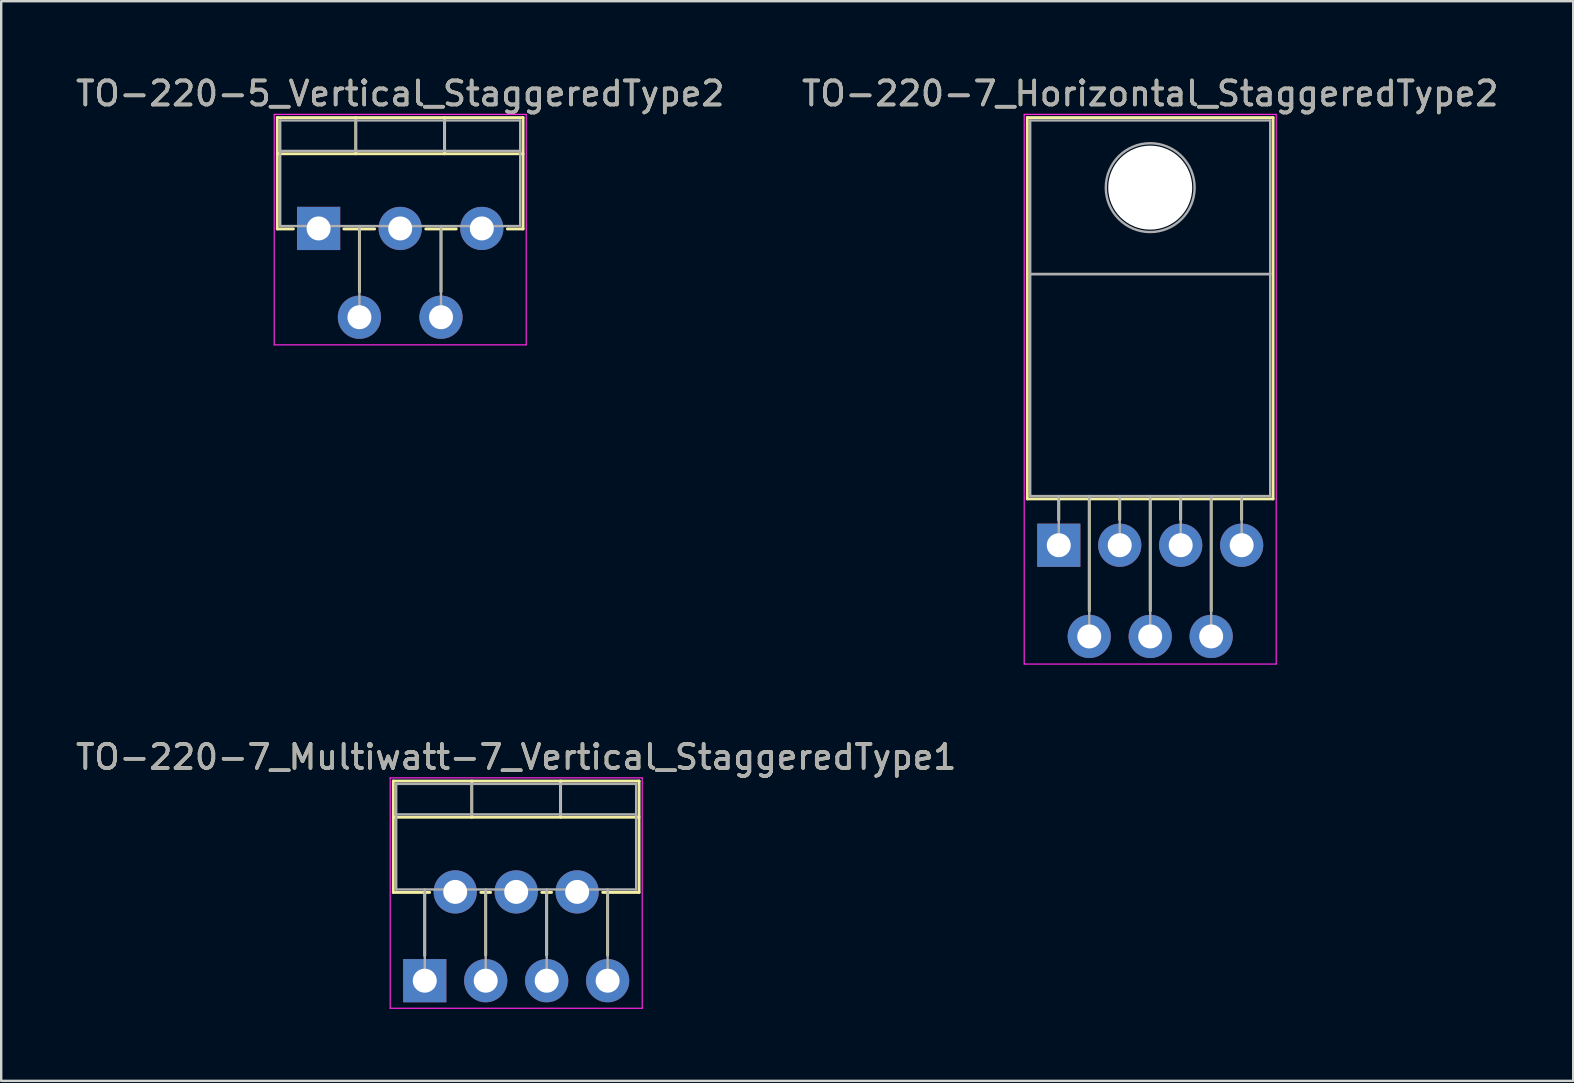
<source format=kicad_pcb>
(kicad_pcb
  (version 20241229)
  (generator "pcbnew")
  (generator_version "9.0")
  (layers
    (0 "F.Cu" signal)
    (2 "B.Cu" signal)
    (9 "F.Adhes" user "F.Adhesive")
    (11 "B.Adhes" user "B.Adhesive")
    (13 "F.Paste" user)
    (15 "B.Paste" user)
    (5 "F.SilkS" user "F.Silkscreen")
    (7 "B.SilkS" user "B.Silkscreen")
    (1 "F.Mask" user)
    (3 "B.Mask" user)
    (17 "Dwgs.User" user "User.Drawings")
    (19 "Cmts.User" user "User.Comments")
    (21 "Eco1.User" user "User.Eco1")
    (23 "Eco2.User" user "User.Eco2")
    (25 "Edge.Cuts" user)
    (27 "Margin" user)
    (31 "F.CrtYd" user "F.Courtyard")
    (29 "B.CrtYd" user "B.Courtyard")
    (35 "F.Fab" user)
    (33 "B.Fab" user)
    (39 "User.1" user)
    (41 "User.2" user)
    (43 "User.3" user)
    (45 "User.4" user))
  (footprint "TO-220-5_Vertical_StaggeredType2"
    (layer "F.Cu")
    (at 10.225 6.468)
    (property "Reference" "TO-220-5_Vertical_StaggeredType2" (at 3.4 -5.62 0) (layer "F.SilkS") (effects (font (size 1 1) (thickness 0.15))))
    (attr through_hole)
    (fp_line (start -1.721 -4.62) (end -1.721 0.021) (stroke (width 0.12) (type solid)) (layer "F.SilkS"))
    (fp_line (start -1.721 -4.62) (end 8.52 -4.62) (stroke (width 0.12) (type solid)) (layer "F.SilkS"))
    (fp_line (start -1.721 -3.111) (end 8.52 -3.111) (stroke (width 0.12) (type solid)) (layer "F.SilkS"))
    (fp_line (start -1.721 0.021) (end -1.05 0.021) (stroke (width 0.12) (type solid)) (layer "F.SilkS"))
    (fp_line (start 1.05 0.021) (end 2.335 0.021) (stroke (width 0.12) (type solid)) (layer "F.SilkS"))
    (fp_line (start 1.55 -4.62) (end 1.55 -3.111) (stroke (width 0.12) (type solid)) (layer "F.SilkS"))
    (fp_line (start 1.7 0.021) (end 1.7 2.635) (stroke (width 0.12) (type solid)) (layer "F.SilkS"))
    (fp_line (start 4.465 0.021) (end 5.735 0.021) (stroke (width 0.12) (type solid)) (layer "F.SilkS"))
    (fp_line (start 5.1 0.021) (end 5.1 2.635) (stroke (width 0.12) (type solid)) (layer "F.SilkS"))
    (fp_line (start 5.25 -4.62) (end 5.25 -3.111) (stroke (width 0.12) (type solid)) (layer "F.SilkS"))
    (fp_line (start 7.865 0.021) (end 8.52 0.021) (stroke (width 0.12) (type solid)) (layer "F.SilkS"))
    (fp_line (start 8.52 -4.62) (end 8.52 0.021) (stroke (width 0.12) (type solid)) (layer "F.SilkS"))
    (fp_line (start -1.85 -4.75) (end -1.85 4.85) (stroke (width 0.05) (type solid)) (layer "F.CrtYd"))
    (fp_line (start -1.85 4.85) (end 8.65 4.85) (stroke (width 0.05) (type solid)) (layer "F.CrtYd"))
    (fp_line (start 8.65 -4.75) (end -1.85 -4.75) (stroke (width 0.05) (type solid)) (layer "F.CrtYd"))
    (fp_line (start 8.65 4.85) (end 8.65 -4.75) (stroke (width 0.05) (type solid)) (layer "F.CrtYd"))
    (fp_line (start -1.6 -4.5) (end -1.6 -0.1) (stroke (width 0.1) (type solid)) (layer "F.Fab"))
    (fp_line (start -1.6 -3.23) (end 8.4 -3.23) (stroke (width 0.1) (type solid)) (layer "F.Fab"))
    (fp_line (start -1.6 -0.1) (end 8.4 -0.1) (stroke (width 0.1) (type solid)) (layer "F.Fab"))
    (fp_line (start 0 -0.1) (end 0 0) (stroke (width 0.1) (type solid)) (layer "F.Fab"))
    (fp_line (start 1.55 -4.5) (end 1.55 -3.23) (stroke (width 0.1) (type solid)) (layer "F.Fab"))
    (fp_line (start 1.7 -0.1) (end 1.7 3.7) (stroke (width 0.1) (type solid)) (layer "F.Fab"))
    (fp_line (start 3.4 -0.1) (end 3.4 0) (stroke (width 0.1) (type solid)) (layer "F.Fab"))
    (fp_line (start 5.1 -0.1) (end 5.1 3.7) (stroke (width 0.1) (type solid)) (layer "F.Fab"))
    (fp_line (start 5.25 -4.5) (end 5.25 -3.23) (stroke (width 0.1) (type solid)) (layer "F.Fab"))
    (fp_line (start 6.8 -0.1) (end 6.8 0) (stroke (width 0.1) (type solid)) (layer "F.Fab"))
    (fp_line (start 8.4 -4.5) (end -1.6 -4.5) (stroke (width 0.1) (type solid)) (layer "F.Fab"))
    (fp_line (start 8.4 -0.1) (end 8.4 -4.5) (stroke (width 0.1) (type solid)) (layer "F.Fab"))
    (fp_text user "${REFERENCE}" (at 3.4 -5.62 0) (layer "F.Fab") (effects (font (size 1 1) (thickness 0.15))))
    (pad "1" thru_hole rect (at 0 0) (size 1.8 1.8) (drill 1) (layers "*.Cu" "*.Mask"))
    (pad "2" thru_hole oval (at 1.7 3.7) (size 1.8 1.8) (drill 1) (layers "*.Cu" "*.Mask"))
    (pad "3" thru_hole oval (at 3.4 0) (size 1.8 1.8) (drill 1) (layers "*.Cu" "*.Mask"))
    (pad "4" thru_hole oval (at 5.1 3.7) (size 1.8 1.8) (drill 1) (layers "*.Cu" "*.Mask"))
    (pad "5" thru_hole oval (at 6.8 0) (size 1.8 1.8) (drill 1) (layers "*.Cu" "*.Mask")))
  (footprint "TO-220-7_Multiwatt-7_Vertical_StaggeredType1"
    (layer "F.Cu")
    (at 14.648 37.812)
    (property "Reference" "TO-220-7_Multiwatt-7_Vertical_StaggeredType1" (at 3.81 -9.32 0) (layer "F.SilkS") (effects (font (size 1 1) (thickness 0.15))))
    (attr through_hole)
    (fp_line (start -1.31 -8.32) (end -1.31 -3.679) (stroke (width 0.12) (type solid)) (layer "F.SilkS"))
    (fp_line (start -1.31 -8.32) (end 8.93 -8.32) (stroke (width 0.12) (type solid)) (layer "F.SilkS"))
    (fp_line (start -1.31 -6.811) (end 8.93 -6.811) (stroke (width 0.12) (type solid)) (layer "F.SilkS"))
    (fp_line (start -1.31 -3.679) (end 0.205 -3.679) (stroke (width 0.12) (type solid)) (layer "F.SilkS"))
    (fp_line (start 0 -3.679) (end 0 -1.049) (stroke (width 0.12) (type solid)) (layer "F.SilkS"))
    (fp_line (start 1.96 -8.32) (end 1.96 -6.811) (stroke (width 0.12) (type solid)) (layer "F.SilkS"))
    (fp_line (start 2.336 -3.679) (end 2.745 -3.679) (stroke (width 0.12) (type solid)) (layer "F.SilkS"))
    (fp_line (start 2.54 -3.679) (end 2.54 -1.065) (stroke (width 0.12) (type solid)) (layer "F.SilkS"))
    (fp_line (start 4.875 -3.679) (end 5.285 -3.679) (stroke (width 0.12) (type solid)) (layer "F.SilkS"))
    (fp_line (start 5.08 -3.679) (end 5.08 -1.065) (stroke (width 0.12) (type solid)) (layer "F.SilkS"))
    (fp_line (start 5.66 -8.32) (end 5.66 -6.811) (stroke (width 0.12) (type solid)) (layer "F.SilkS"))
    (fp_line (start 7.415 -3.679) (end 8.93 -3.679) (stroke (width 0.12) (type solid)) (layer "F.SilkS"))
    (fp_line (start 7.62 -3.679) (end 7.62 -1.065) (stroke (width 0.12) (type solid)) (layer "F.SilkS"))
    (fp_line (start 8.93 -8.32) (end 8.93 -3.679) (stroke (width 0.12) (type solid)) (layer "F.SilkS"))
    (fp_line (start -1.44 -8.45) (end -1.44 1.15) (stroke (width 0.05) (type solid)) (layer "F.CrtYd"))
    (fp_line (start -1.44 1.15) (end 9.06 1.15) (stroke (width 0.05) (type solid)) (layer "F.CrtYd"))
    (fp_line (start 9.06 -8.45) (end -1.44 -8.45) (stroke (width 0.05) (type solid)) (layer "F.CrtYd"))
    (fp_line (start 9.06 1.15) (end 9.06 -8.45) (stroke (width 0.05) (type solid)) (layer "F.CrtYd"))
    (fp_line (start -1.19 -8.2) (end -1.19 -3.8) (stroke (width 0.1) (type solid)) (layer "F.Fab"))
    (fp_line (start -1.19 -6.93) (end 8.81 -6.93) (stroke (width 0.1) (type solid)) (layer "F.Fab"))
    (fp_line (start -1.19 -3.8) (end 8.81 -3.8) (stroke (width 0.1) (type solid)) (layer "F.Fab"))
    (fp_line (start 0 -3.8) (end 0 0) (stroke (width 0.1) (type solid)) (layer "F.Fab"))
    (fp_line (start 1.27 -3.8) (end 1.27 -3.7) (stroke (width 0.1) (type solid)) (layer "F.Fab"))
    (fp_line (start 1.96 -8.2) (end 1.96 -6.93) (stroke (width 0.1) (type solid)) (layer "F.Fab"))
    (fp_line (start 2.54 -3.8) (end 2.54 0) (stroke (width 0.1) (type solid)) (layer "F.Fab"))
    (fp_line (start 3.81 -3.8) (end 3.81 -3.7) (stroke (width 0.1) (type solid)) (layer "F.Fab"))
    (fp_line (start 5.08 -3.8) (end 5.08 0) (stroke (width 0.1) (type solid)) (layer "F.Fab"))
    (fp_line (start 5.66 -8.2) (end 5.66 -6.93) (stroke (width 0.1) (type solid)) (layer "F.Fab"))
    (fp_line (start 6.35 -3.8) (end 6.35 -3.7) (stroke (width 0.1) (type solid)) (layer "F.Fab"))
    (fp_line (start 7.62 -3.8) (end 7.62 0) (stroke (width 0.1) (type solid)) (layer "F.Fab"))
    (fp_line (start 8.81 -8.2) (end -1.19 -8.2) (stroke (width 0.1) (type solid)) (layer "F.Fab"))
    (fp_line (start 8.81 -3.8) (end 8.81 -8.2) (stroke (width 0.1) (type solid)) (layer "F.Fab"))
    (fp_text user "${REFERENCE}" (at 3.81 -9.32 0) (layer "F.Fab") (effects (font (size 1 1) (thickness 0.15))))
    (pad "1" thru_hole rect (at 0 0) (size 1.8 1.8) (drill 1) (layers "*.Cu" "*.Mask"))
    (pad "2" thru_hole oval (at 1.27 -3.7) (size 1.8 1.8) (drill 1) (layers "*.Cu" "*.Mask"))
    (pad "3" thru_hole oval (at 2.54 0) (size 1.8 1.8) (drill 1) (layers "*.Cu" "*.Mask"))
    (pad "4" thru_hole oval (at 3.81 -3.7) (size 1.8 1.8) (drill 1) (layers "*.Cu" "*.Mask"))
    (pad "5" thru_hole oval (at 5.08 0) (size 1.8 1.8) (drill 1) (layers "*.Cu" "*.Mask"))
    (pad "6" thru_hole oval (at 6.35 -3.7) (size 1.8 1.8) (drill 1) (layers "*.Cu" "*.Mask"))
    (pad "7" thru_hole oval (at 7.62 0) (size 1.8 1.8) (drill 1) (layers "*.Cu" "*.Mask")))
  (footprint "TO-220-7_Horizontal_StaggeredType2"
    (layer "F.Cu")
    (at 41.065 19.668)
    (property "Reference" "TO-220-7_Horizontal_StaggeredType2" (at 3.81 -18.82 0) (layer "F.SilkS") (effects (font (size 1 1) (thickness 0.15))))
    (attr through_hole)
    (fp_line (start -1.31 -17.82) (end -1.31 -1.93) (stroke (width 0.12) (type solid)) (layer "F.SilkS"))
    (fp_line (start -1.31 -17.82) (end 8.93 -17.82) (stroke (width 0.12) (type solid)) (layer "F.SilkS"))
    (fp_line (start -1.31 -1.93) (end 8.93 -1.93) (stroke (width 0.12) (type solid)) (layer "F.SilkS"))
    (fp_line (start 0 -1.93) (end 0 -1.05) (stroke (width 0.12) (type solid)) (layer "F.SilkS"))
    (fp_line (start 1.27 -1.93) (end 1.27 2.735) (stroke (width 0.12) (type solid)) (layer "F.SilkS"))
    (fp_line (start 2.54 -1.93) (end 2.54 -1.066) (stroke (width 0.12) (type solid)) (layer "F.SilkS"))
    (fp_line (start 3.81 -1.93) (end 3.81 2.735) (stroke (width 0.12) (type solid)) (layer "F.SilkS"))
    (fp_line (start 5.08 -1.93) (end 5.08 -1.066) (stroke (width 0.12) (type solid)) (layer "F.SilkS"))
    (fp_line (start 6.35 -1.93) (end 6.35 2.735) (stroke (width 0.12) (type solid)) (layer "F.SilkS"))
    (fp_line (start 7.62 -1.93) (end 7.62 -1.066) (stroke (width 0.12) (type solid)) (layer "F.SilkS"))
    (fp_line (start 8.93 -17.82) (end 8.93 -1.93) (stroke (width 0.12) (type solid)) (layer "F.SilkS"))
    (fp_line (start -1.44 -17.95) (end -1.44 4.95) (stroke (width 0.05) (type solid)) (layer "F.CrtYd"))
    (fp_line (start -1.44 4.95) (end 9.06 4.95) (stroke (width 0.05) (type solid)) (layer "F.CrtYd"))
    (fp_line (start 9.06 -17.95) (end -1.44 -17.95) (stroke (width 0.05) (type solid)) (layer "F.CrtYd"))
    (fp_line (start 9.06 4.95) (end 9.06 -17.95) (stroke (width 0.05) (type solid)) (layer "F.CrtYd"))
    (fp_line (start -1.19 -17.7) (end 8.81 -17.7) (stroke (width 0.1) (type solid)) (layer "F.Fab"))
    (fp_line (start -1.19 -11.3) (end -1.19 -17.7) (stroke (width 0.1) (type solid)) (layer "F.Fab"))
    (fp_line (start -1.19 -11.3) (end 8.81 -11.3) (stroke (width 0.1) (type solid)) (layer "F.Fab"))
    (fp_line (start -1.19 -2.05) (end -1.19 -11.3) (stroke (width 0.1) (type solid)) (layer "F.Fab"))
    (fp_line (start 0 -2.05) (end 0 0) (stroke (width 0.1) (type solid)) (layer "F.Fab"))
    (fp_line (start 1.27 -2.05) (end 1.27 3.8) (stroke (width 0.1) (type solid)) (layer "F.Fab"))
    (fp_line (start 2.54 -2.05) (end 2.54 0) (stroke (width 0.1) (type solid)) (layer "F.Fab"))
    (fp_line (start 3.81 -2.05) (end 3.81 3.8) (stroke (width 0.1) (type solid)) (layer "F.Fab"))
    (fp_line (start 5.08 -2.05) (end 5.08 0) (stroke (width 0.1) (type solid)) (layer "F.Fab"))
    (fp_line (start 6.35 -2.05) (end 6.35 3.8) (stroke (width 0.1) (type solid)) (layer "F.Fab"))
    (fp_line (start 7.62 -2.05) (end 7.62 0) (stroke (width 0.1) (type solid)) (layer "F.Fab"))
    (fp_line (start 8.81 -17.7) (end 8.81 -11.3) (stroke (width 0.1) (type solid)) (layer "F.Fab"))
    (fp_line (start 8.81 -11.3) (end -1.19 -11.3) (stroke (width 0.1) (type solid)) (layer "F.Fab"))
    (fp_line (start 8.81 -11.3) (end 8.81 -2.05) (stroke (width 0.1) (type solid)) (layer "F.Fab"))
    (fp_line (start 8.81 -2.05) (end -1.19 -2.05) (stroke (width 0.1) (type solid)) (layer "F.Fab"))
    (fp_circle (center 3.81 -14.9) (end 5.66 -14.9) (stroke (width 0.1) (type solid)) (fill no) (layer "F.Fab"))
    (fp_text user "${REFERENCE}" (at 3.81 -18.82 0) (layer "F.Fab") (effects (font (size 1 1) (thickness 0.15))))
    (pad "" np_thru_hole oval (at 3.81 -14.9) (size 3.5 3.5) (drill 3.5) (layers "*.Cu" "*.Mask"))
    (pad "1" thru_hole rect (at 0 0) (size 1.8 1.8) (drill 1) (layers "*.Cu" "*.Mask"))
    (pad "2" thru_hole oval (at 1.27 3.8) (size 1.8 1.8) (drill 1) (layers "*.Cu" "*.Mask"))
    (pad "3" thru_hole oval (at 2.54 0) (size 1.8 1.8) (drill 1) (layers "*.Cu" "*.Mask"))
    (pad "4" thru_hole oval (at 3.81 3.8) (size 1.8 1.8) (drill 1) (layers "*.Cu" "*.Mask"))
    (pad "5" thru_hole oval (at 5.08 0) (size 1.8 1.8) (drill 1) (layers "*.Cu" "*.Mask"))
    (pad "6" thru_hole oval (at 6.35 3.8) (size 1.8 1.8) (drill 1) (layers "*.Cu" "*.Mask"))
    (pad "7" thru_hole oval (at 7.62 0) (size 1.8 1.8) (drill 1) (layers "*.Cu" "*.Mask")))
  (gr_rect
    (start -3 -3)
    (end 62.5 41.986)
    (stroke (width 0.1) (type default))
    (fill no)
    (layer "Edge.Cuts")))
</source>
